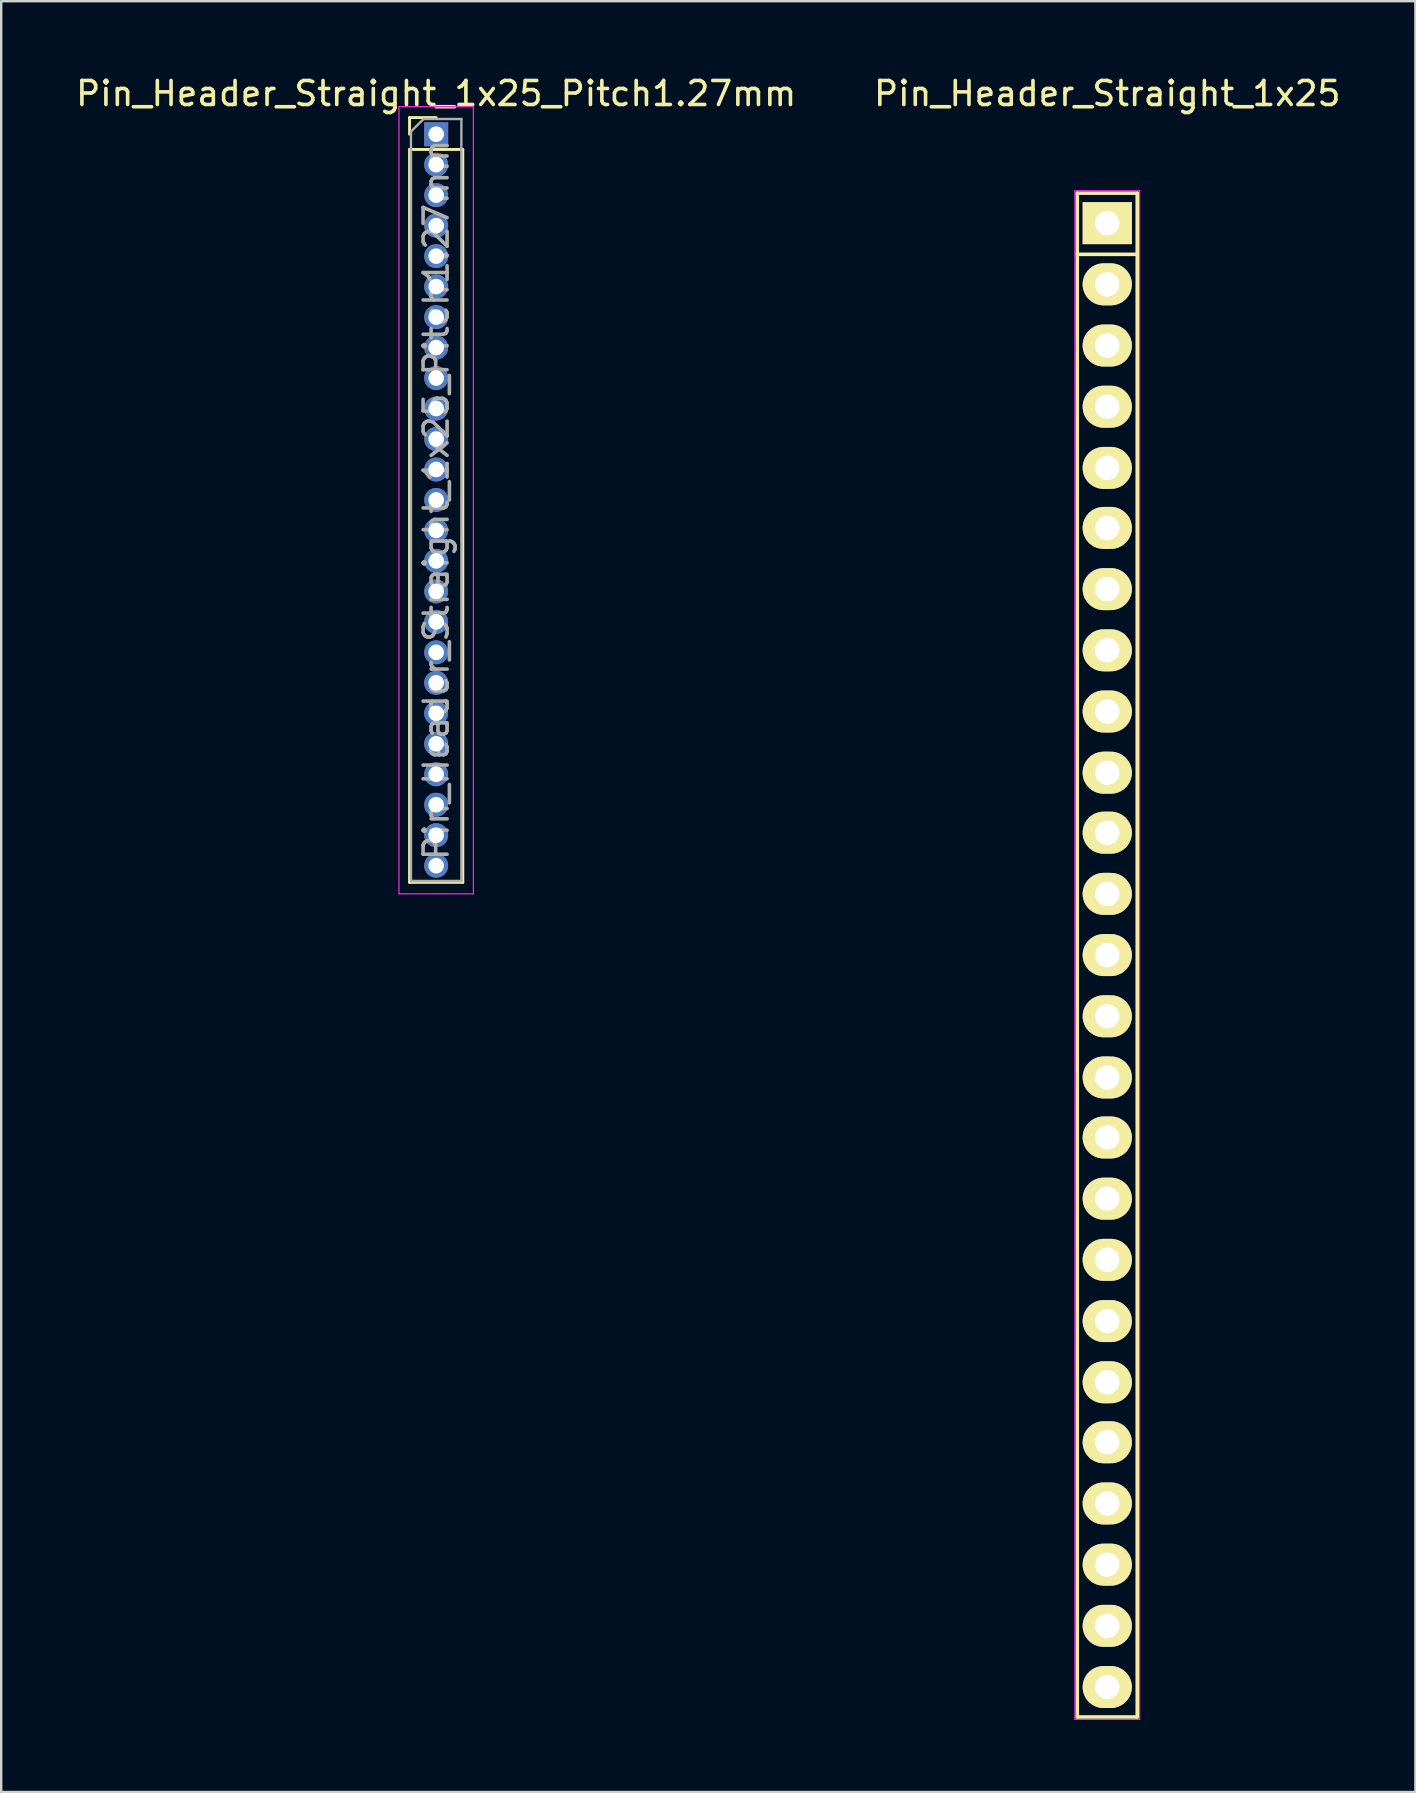
<source format=kicad_pcb>
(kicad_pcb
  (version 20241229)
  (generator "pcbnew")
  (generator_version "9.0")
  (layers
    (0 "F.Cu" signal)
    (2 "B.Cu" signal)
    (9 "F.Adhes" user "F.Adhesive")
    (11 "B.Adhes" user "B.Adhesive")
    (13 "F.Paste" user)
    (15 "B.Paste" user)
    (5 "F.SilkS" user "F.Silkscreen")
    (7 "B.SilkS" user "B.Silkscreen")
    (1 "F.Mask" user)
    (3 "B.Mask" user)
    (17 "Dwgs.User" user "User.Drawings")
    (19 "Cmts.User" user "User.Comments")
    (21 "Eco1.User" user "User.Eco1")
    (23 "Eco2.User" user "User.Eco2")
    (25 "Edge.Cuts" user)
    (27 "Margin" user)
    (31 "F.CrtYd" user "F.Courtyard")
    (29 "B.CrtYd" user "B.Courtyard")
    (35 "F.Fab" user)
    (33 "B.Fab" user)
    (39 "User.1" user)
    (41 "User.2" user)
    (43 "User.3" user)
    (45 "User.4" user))
  (footprint "Pin_Header_Straight_1x25"
    (layer "F.Cu")
    (at 43.089 6.248)
    (property "Reference" "Pin_Header_Straight_1x25" (at 0 -5.4 0) (layer "F.SilkS") (effects (font (size 1 1) (thickness 0.15))))
    (attr through_hole)
    (fp_line (start -1.25 -1.25) (end -1.25 1.3) (stroke (width 0.15) (type solid)) (layer "F.SilkS"))
    (fp_line (start -1.25 1.3) (end -1.25 62.25) (stroke (width 0.15) (type solid)) (layer "F.SilkS"))
    (fp_line (start -1.25 62.25) (end 1.25 62.25) (stroke (width 0.15) (type solid)) (layer "F.SilkS"))
    (fp_line (start 1.25 -1.25) (end -1.25 -1.25) (stroke (width 0.15) (type solid)) (layer "F.SilkS"))
    (fp_line (start 1.25 -1.25) (end 1.25 1.3) (stroke (width 0.15) (type solid)) (layer "F.SilkS"))
    (fp_line (start 1.25 1.3) (end -1.25 1.3) (stroke (width 0.15) (type solid)) (layer "F.SilkS"))
    (fp_line (start 1.25 62.25) (end 1.25 1.3) (stroke (width 0.15) (type solid)) (layer "F.SilkS"))
    (fp_line (start -1.35 -1.35) (end -1.35 62.35) (stroke (width 0.05) (type solid)) (layer "F.CrtYd"))
    (fp_line (start -1.35 -1.35) (end 1.35 -1.35) (stroke (width 0.05) (type solid)) (layer "F.CrtYd"))
    (fp_line (start -1.35 62.35) (end 1.35 62.35) (stroke (width 0.05) (type solid)) (layer "F.CrtYd"))
    (fp_line (start 1.35 -1.35) (end 1.35 62.35) (stroke (width 0.05) (type solid)) (layer "F.CrtYd"))
    (pad "1" thru_hole rect (at 0 0) (size 2.05 1.75) (drill 1.016) (layers "*.Cu" "*.Mask" "F.SilkS"))
    (pad "2" thru_hole oval (at 0 2.55) (size 2.05 1.75) (drill 1.016) (layers "*.Cu" "*.Mask" "F.SilkS"))
    (pad "3" thru_hole oval (at 0 5.1) (size 2.05 1.75) (drill 1.016) (layers "*.Cu" "*.Mask" "F.SilkS"))
    (pad "4" thru_hole oval (at 0 7.65) (size 2.05 1.75) (drill 1.016) (layers "*.Cu" "*.Mask" "F.SilkS"))
    (pad "5" thru_hole oval (at 0 10.2) (size 2.05 1.75) (drill 1.016) (layers "*.Cu" "*.Mask" "F.SilkS"))
    (pad "6" thru_hole oval (at 0 12.7) (size 2.05 1.75) (drill 1.016) (layers "*.Cu" "*.Mask" "F.SilkS"))
    (pad "7" thru_hole oval (at 0 15.25) (size 2.05 1.75) (drill 1.016) (layers "*.Cu" "*.Mask" "F.SilkS"))
    (pad "8" thru_hole oval (at 0 17.8) (size 2.05 1.75) (drill 1.016) (layers "*.Cu" "*.Mask" "F.SilkS"))
    (pad "9" thru_hole oval (at 0 20.35) (size 2.05 1.75) (drill 1.016) (layers "*.Cu" "*.Mask" "F.SilkS"))
    (pad "10" thru_hole oval (at 0 22.9) (size 2.05 1.75) (drill 1.016) (layers "*.Cu" "*.Mask" "F.SilkS"))
    (pad "11" thru_hole oval (at 0 25.4) (size 2.05 1.75) (drill 1.016) (layers "*.Cu" "*.Mask" "F.SilkS"))
    (pad "12" thru_hole oval (at 0 27.95) (size 2.05 1.75) (drill 1.016) (layers "*.Cu" "*.Mask" "F.SilkS"))
    (pad "13" thru_hole oval (at 0 30.5) (size 2.05 1.75) (drill 1.016) (layers "*.Cu" "*.Mask" "F.SilkS"))
    (pad "14" thru_hole oval (at 0 33.05) (size 2.05 1.75) (drill 1.016) (layers "*.Cu" "*.Mask" "F.SilkS"))
    (pad "15" thru_hole oval (at 0 35.6) (size 2.05 1.75) (drill 1.016) (layers "*.Cu" "*.Mask" "F.SilkS"))
    (pad "16" thru_hole oval (at 0 38.1) (size 2.05 1.75) (drill 1.016) (layers "*.Cu" "*.Mask" "F.SilkS"))
    (pad "17" thru_hole oval (at 0 40.65) (size 2.05 1.75) (drill 1.016) (layers "*.Cu" "*.Mask" "F.SilkS"))
    (pad "18" thru_hole oval (at 0 43.2) (size 2.05 1.75) (drill 1.016) (layers "*.Cu" "*.Mask" "F.SilkS"))
    (pad "19" thru_hole oval (at 0 45.75) (size 2.05 1.75) (drill 1.016) (layers "*.Cu" "*.Mask" "F.SilkS"))
    (pad "20" thru_hole oval (at 0 48.3) (size 2.05 1.75) (drill 1.016) (layers "*.Cu" "*.Mask" "F.SilkS"))
    (pad "21" thru_hole oval (at 0 50.8) (size 2.05 1.75) (drill 1.016) (layers "*.Cu" "*.Mask" "F.SilkS"))
    (pad "22" thru_hole oval (at 0 53.35) (size 2.05 1.75) (drill 1.016) (layers "*.Cu" "*.Mask" "F.SilkS"))
    (pad "23" thru_hole oval (at 0 55.9) (size 2.05 1.75) (drill 1.016) (layers "*.Cu" "*.Mask" "F.SilkS"))
    (pad "24" thru_hole oval (at 0 58.45) (size 2.05 1.75) (drill 1.016) (layers "*.Cu" "*.Mask" "F.SilkS"))
    (pad "25" thru_hole oval (at 0 61) (size 2.05 1.75) (drill 1.016) (layers "*.Cu" "*.Mask" "F.SilkS")))
  (footprint "Pin_Header_Straight_1x25_Pitch1.27mm"
    (layer "F.Cu")
    (at 15.125 2.543)
    (property "Reference" "Pin_Header_Straight_1x25_Pitch1.27mm" (at 0 -1.695 0) (layer "F.SilkS") (effects (font (size 1 1) (thickness 0.15))))
    (attr through_hole)
    (fp_line (start -1.11 -0.695) (end 0 -0.695) (stroke (width 0.12) (type solid)) (layer "F.SilkS"))
    (fp_line (start -1.11 0) (end -1.11 -0.695) (stroke (width 0.12) (type solid)) (layer "F.SilkS"))
    (fp_line (start -1.11 0.635) (end -1.11 31.175) (stroke (width 0.12) (type solid)) (layer "F.SilkS"))
    (fp_line (start -1.11 31.175) (end 1.11 31.175) (stroke (width 0.12) (type solid)) (layer "F.SilkS"))
    (fp_line (start 1.11 0.635) (end -1.11 0.635) (stroke (width 0.12) (type solid)) (layer "F.SilkS"))
    (fp_line (start 1.11 31.175) (end 1.11 0.635) (stroke (width 0.12) (type solid)) (layer "F.SilkS"))
    (fp_line (start -1.55 -1.15) (end -1.55 31.65) (stroke (width 0.05) (type solid)) (layer "F.CrtYd"))
    (fp_line (start -1.55 31.65) (end 1.55 31.65) (stroke (width 0.05) (type solid)) (layer "F.CrtYd"))
    (fp_line (start 1.55 -1.15) (end -1.55 -1.15) (stroke (width 0.05) (type solid)) (layer "F.CrtYd"))
    (fp_line (start 1.55 31.65) (end 1.55 -1.15) (stroke (width 0.05) (type solid)) (layer "F.CrtYd"))
    (fp_line (start -1.05 -0.11) (end -0.525 -0.635) (stroke (width 0.1) (type solid)) (layer "F.Fab"))
    (fp_line (start -1.05 31.115) (end -1.05 -0.11) (stroke (width 0.1) (type solid)) (layer "F.Fab"))
    (fp_line (start -0.525 -0.635) (end 1.05 -0.635) (stroke (width 0.1) (type solid)) (layer "F.Fab"))
    (fp_line (start 1.05 -0.635) (end 1.05 31.115) (stroke (width 0.1) (type solid)) (layer "F.Fab"))
    (fp_line (start 1.05 31.115) (end -1.05 31.115) (stroke (width 0.1) (type solid)) (layer "F.Fab"))
    (fp_text user "${REFERENCE}" (at 0 15.24 90) (layer "F.Fab") (effects (font (size 1 1) (thickness 0.15))))
    (pad "1" thru_hole rect (at 0 0) (size 1 1) (drill 0.65) (layers "*.Cu" "*.Mask"))
    (pad "2" thru_hole oval (at 0 1.27) (size 1 1) (drill 0.65) (layers "*.Cu" "*.Mask"))
    (pad "3" thru_hole oval (at 0 2.54) (size 1 1) (drill 0.65) (layers "*.Cu" "*.Mask"))
    (pad "4" thru_hole oval (at 0 3.81) (size 1 1) (drill 0.65) (layers "*.Cu" "*.Mask"))
    (pad "5" thru_hole oval (at 0 5.08) (size 1 1) (drill 0.65) (layers "*.Cu" "*.Mask"))
    (pad "6" thru_hole oval (at 0 6.35) (size 1 1) (drill 0.65) (layers "*.Cu" "*.Mask"))
    (pad "7" thru_hole oval (at 0 7.62) (size 1 1) (drill 0.65) (layers "*.Cu" "*.Mask"))
    (pad "8" thru_hole oval (at 0 8.89) (size 1 1) (drill 0.65) (layers "*.Cu" "*.Mask"))
    (pad "9" thru_hole oval (at 0 10.16) (size 1 1) (drill 0.65) (layers "*.Cu" "*.Mask"))
    (pad "10" thru_hole oval (at 0 11.43) (size 1 1) (drill 0.65) (layers "*.Cu" "*.Mask"))
    (pad "11" thru_hole oval (at 0 12.7) (size 1 1) (drill 0.65) (layers "*.Cu" "*.Mask"))
    (pad "12" thru_hole oval (at 0 13.97) (size 1 1) (drill 0.65) (layers "*.Cu" "*.Mask"))
    (pad "13" thru_hole oval (at 0 15.24) (size 1 1) (drill 0.65) (layers "*.Cu" "*.Mask"))
    (pad "14" thru_hole oval (at 0 16.51) (size 1 1) (drill 0.65) (layers "*.Cu" "*.Mask"))
    (pad "15" thru_hole oval (at 0 17.78) (size 1 1) (drill 0.65) (layers "*.Cu" "*.Mask"))
    (pad "16" thru_hole oval (at 0 19.05) (size 1 1) (drill 0.65) (layers "*.Cu" "*.Mask"))
    (pad "17" thru_hole oval (at 0 20.32) (size 1 1) (drill 0.65) (layers "*.Cu" "*.Mask"))
    (pad "18" thru_hole oval (at 0 21.59) (size 1 1) (drill 0.65) (layers "*.Cu" "*.Mask"))
    (pad "19" thru_hole oval (at 0 22.86) (size 1 1) (drill 0.65) (layers "*.Cu" "*.Mask"))
    (pad "20" thru_hole oval (at 0 24.13) (size 1 1) (drill 0.65) (layers "*.Cu" "*.Mask"))
    (pad "21" thru_hole oval (at 0 25.4) (size 1 1) (drill 0.65) (layers "*.Cu" "*.Mask"))
    (pad "22" thru_hole oval (at 0 26.67) (size 1 1) (drill 0.65) (layers "*.Cu" "*.Mask"))
    (pad "23" thru_hole oval (at 0 27.94) (size 1 1) (drill 0.65) (layers "*.Cu" "*.Mask"))
    (pad "24" thru_hole oval (at 0 29.21) (size 1 1) (drill 0.65) (layers "*.Cu" "*.Mask"))
    (pad "25" thru_hole oval (at 0 30.48) (size 1 1) (drill 0.65) (layers "*.Cu" "*.Mask")))
  (gr_rect
    (start -3 -3)
    (end 55.929 71.623)
    (stroke (width 0.1) (type default))
    (fill no)
    (layer "Edge.Cuts")))
</source>
